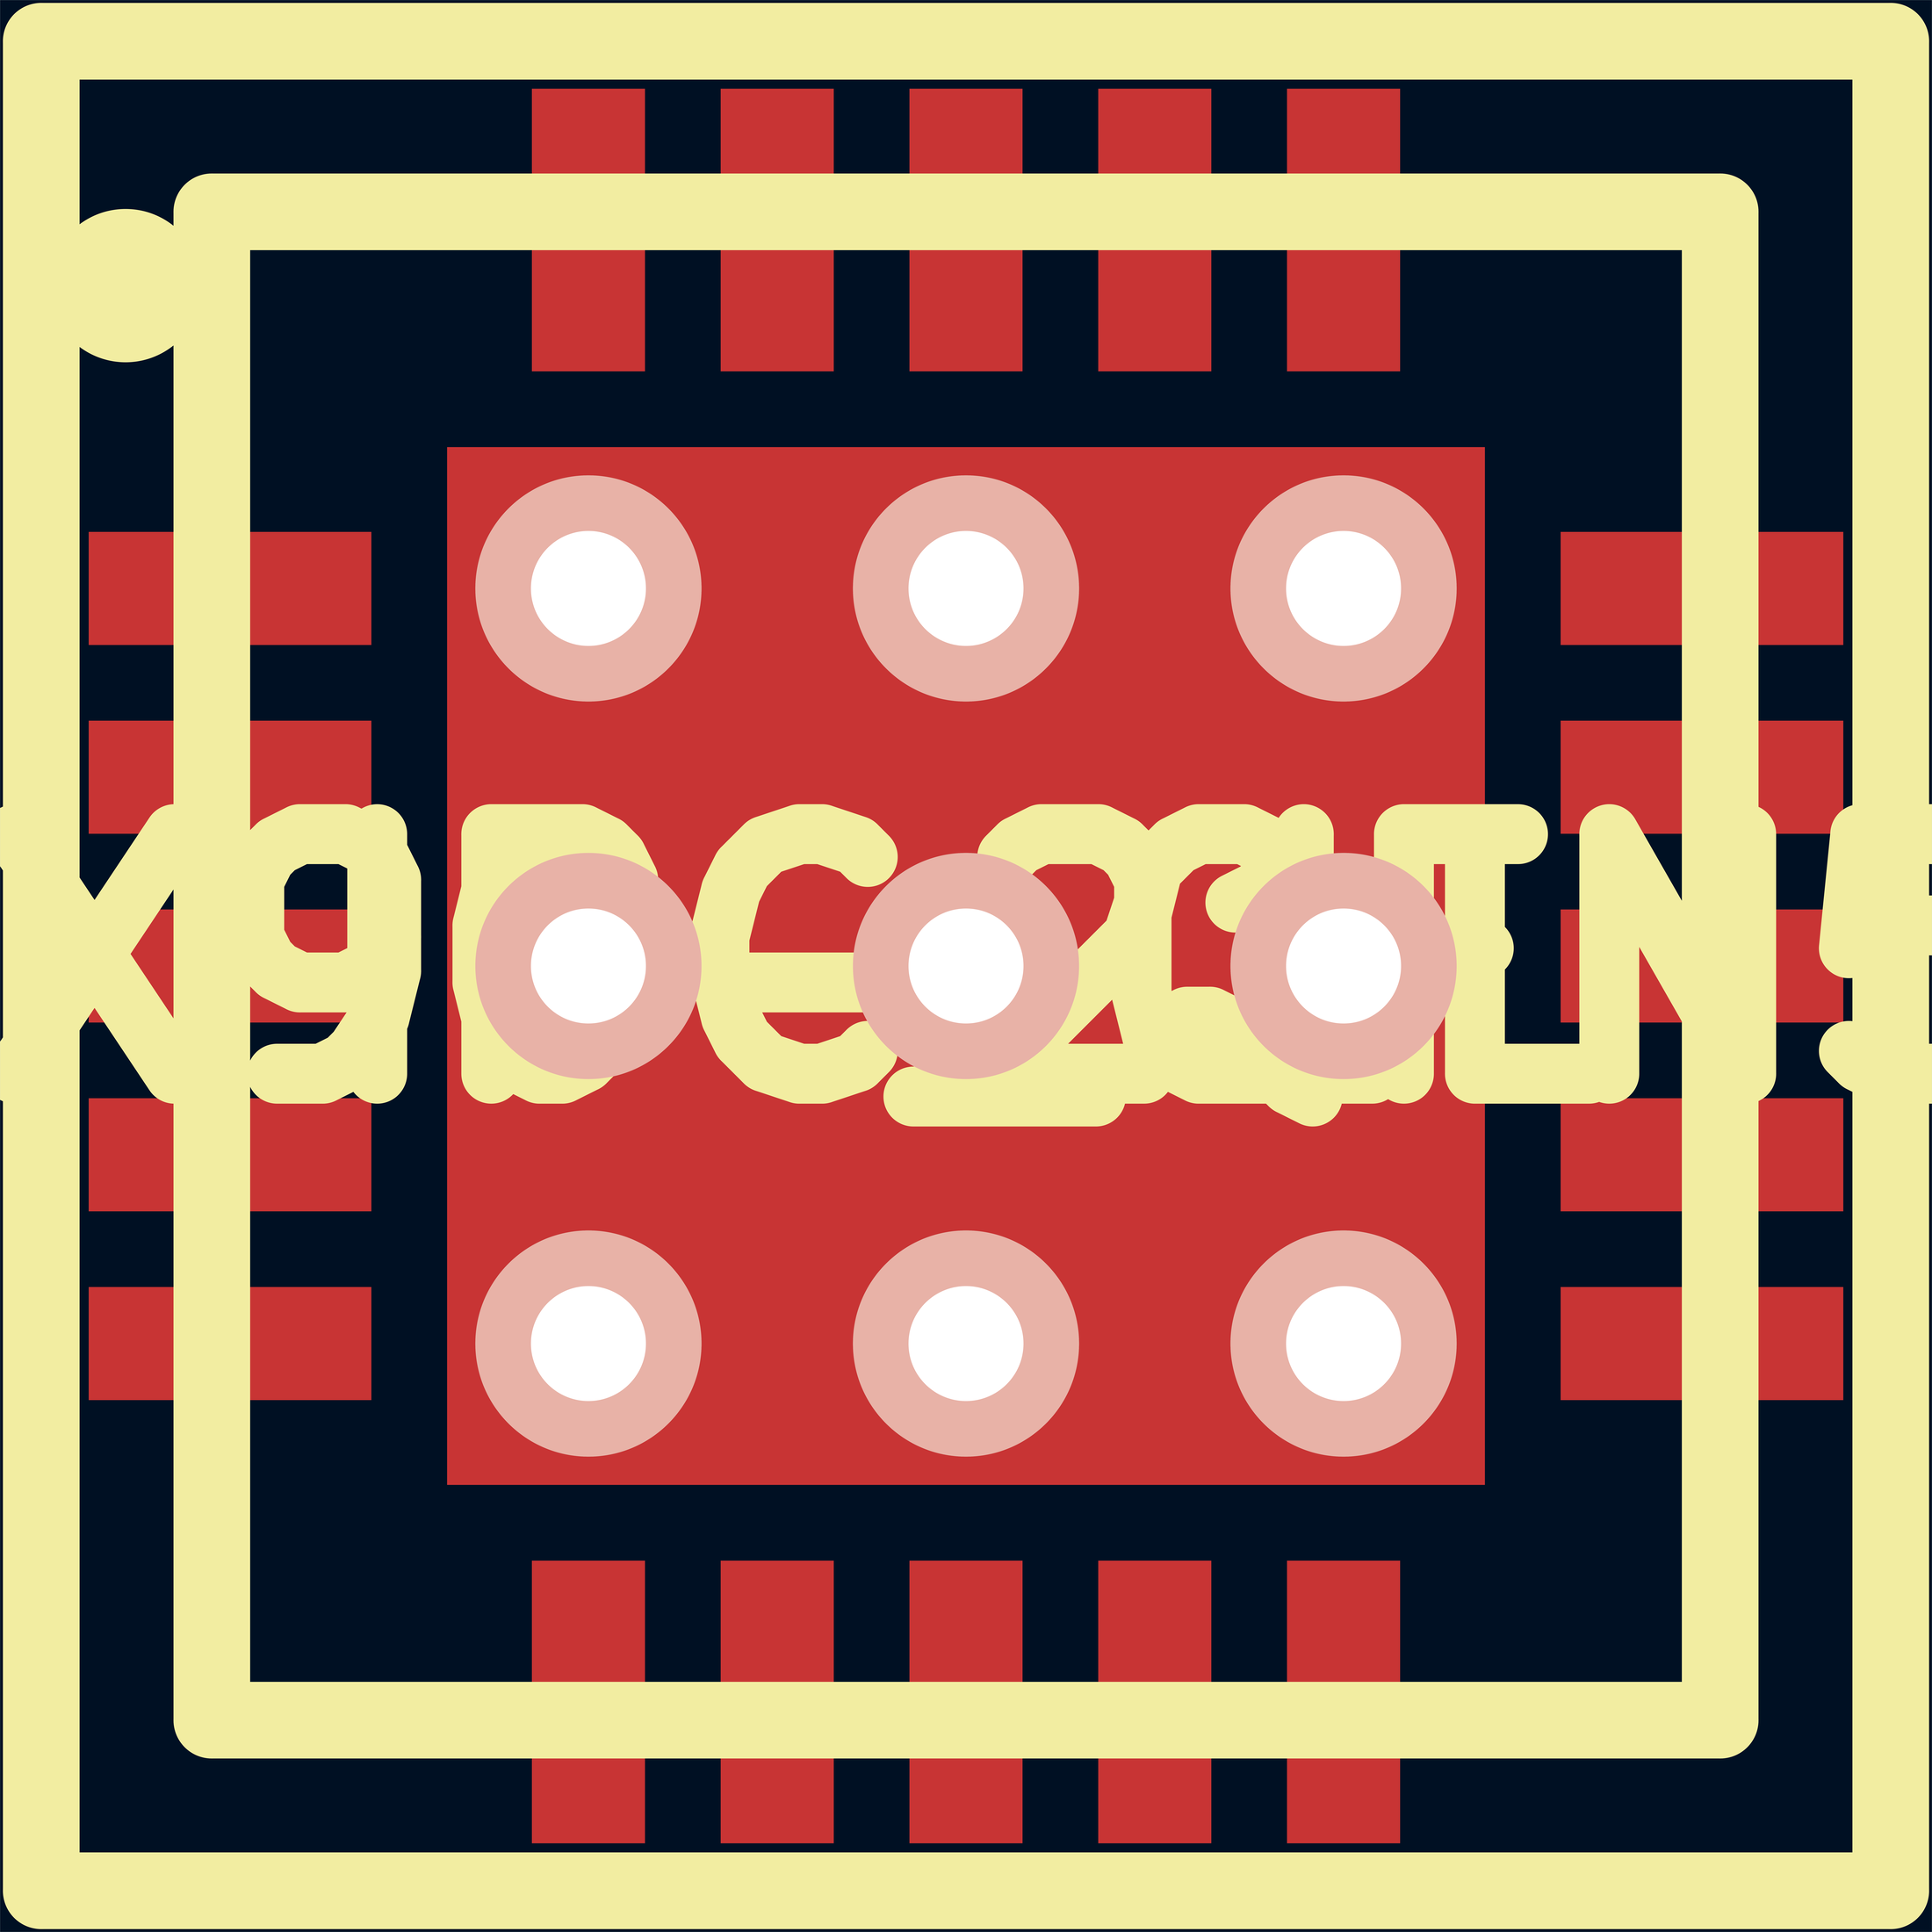
<source format=kicad_pcb>
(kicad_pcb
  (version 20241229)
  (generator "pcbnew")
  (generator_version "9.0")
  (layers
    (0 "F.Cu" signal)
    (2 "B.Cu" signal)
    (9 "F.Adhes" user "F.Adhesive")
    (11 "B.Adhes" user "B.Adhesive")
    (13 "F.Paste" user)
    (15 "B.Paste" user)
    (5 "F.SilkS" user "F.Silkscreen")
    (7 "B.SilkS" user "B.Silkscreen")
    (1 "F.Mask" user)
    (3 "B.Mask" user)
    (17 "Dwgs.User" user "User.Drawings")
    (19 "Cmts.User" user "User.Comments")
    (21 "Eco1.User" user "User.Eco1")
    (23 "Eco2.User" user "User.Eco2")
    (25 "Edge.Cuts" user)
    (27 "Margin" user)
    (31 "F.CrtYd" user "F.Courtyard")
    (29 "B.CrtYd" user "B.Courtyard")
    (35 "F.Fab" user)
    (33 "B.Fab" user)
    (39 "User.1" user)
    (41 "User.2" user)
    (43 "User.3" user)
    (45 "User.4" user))
  (footprint "IPC_QFN50P400X400X90-21L"
    (layer "F.Cu")
    (at 1005 1005)
    (property "Reference" "IPC_QFN50P400X400X90-21L" (at 0 0 0) (layer "F.SilkS") (effects (font (size 250 250) (thickness 120))))
    (attr through_hole)
    (fp_line (start -965 -965) (end 965 -965) (stroke (width 80) (type solid)) (layer "F.SilkS"))
    (fp_line (start -965 965) (end -965 -965) (stroke (width 80) (type solid)) (layer "F.SilkS"))
    (fp_line (start -787 -787) (end 787 -787) (stroke (width 80) (type solid)) (layer "F.SilkS"))
    (fp_line (start -787 787) (end -787 -787) (stroke (width 80) (type solid)) (layer "F.SilkS"))
    (fp_line (start 787 -787) (end 787 787) (stroke (width 80) (type solid)) (layer "F.SilkS"))
    (fp_line (start 787 787) (end -787 787) (stroke (width 80) (type solid)) (layer "F.SilkS"))
    (fp_line (start 965 -965) (end 965 965) (stroke (width 80) (type solid)) (layer "F.SilkS"))
    (fp_line (start 965 965) (end -965 965) (stroke (width 80) (type solid)) (layer "F.SilkS"))
    (fp_circle (center -877 -710) (end -837 -710) (stroke (width 80) (type solid)) (fill no) (layer "F.SilkS"))
    (pad "1" smd rect (at -768 -394) (size 295 118) (layers "F.Cu" "F.Mask" "F.Paste"))
    (pad "2" smd rect (at -768 -197) (size 295 118) (layers "F.Cu" "F.Mask" "F.Paste"))
    (pad "3" smd rect (at -768 0) (size 295 118) (layers "F.Cu" "F.Mask" "F.Paste"))
    (pad "4" smd rect (at -768 197) (size 295 118) (layers "F.Cu" "F.Mask" "F.Paste"))
    (pad "5" smd rect (at -768 394) (size 295 118) (layers "F.Cu" "F.Mask" "F.Paste"))
    (pad "6" smd rect (at -394 768 90) (size 295 118) (layers "F.Cu" "F.Mask" "F.Paste"))
    (pad "7" smd rect (at -197 768 90) (size 295 118) (layers "F.Cu" "F.Mask" "F.Paste"))
    (pad "8" smd rect (at 0 768 90) (size 295 118) (layers "F.Cu" "F.Mask" "F.Paste"))
    (pad "9" smd rect (at 197 768 90) (size 295 118) (layers "F.Cu" "F.Mask" "F.Paste"))
    (pad "10" smd rect (at 394 768 90) (size 295 118) (layers "F.Cu" "F.Mask" "F.Paste"))
    (pad "11" smd rect (at 768 394 180) (size 295 118) (layers "F.Cu" "F.Mask" "F.Paste"))
    (pad "12" smd rect (at 768 197 180) (size 295 118) (layers "F.Cu" "F.Mask" "F.Paste"))
    (pad "13" smd rect (at 768 0 180) (size 295 118) (layers "F.Cu" "F.Mask" "F.Paste"))
    (pad "14" smd rect (at 768 -197 180) (size 295 118) (layers "F.Cu" "F.Mask" "F.Paste"))
    (pad "15" smd rect (at 768 -394 180) (size 295 118) (layers "F.Cu" "F.Mask" "F.Paste"))
    (pad "16" smd rect (at 394 -768 270) (size 295 118) (layers "F.Cu" "F.Mask" "F.Paste"))
    (pad "17" smd rect (at 197 -768 270) (size 295 118) (layers "F.Cu" "F.Mask" "F.Paste"))
    (pad "18" smd rect (at 0 -768 270) (size 295 118) (layers "F.Cu" "F.Mask" "F.Paste"))
    (pad "19" smd rect (at -197 -768 270) (size 295 118) (layers "F.Cu" "F.Mask" "F.Paste"))
    (pad "20" smd rect (at -394 -768 270) (size 295 118) (layers "F.Cu" "F.Mask" "F.Paste"))
    (pad "21" thru_hole circle (at -394 -394) (size 236 236) (drill 120) (layers "*.Cu" "*.SilkS" "*.Mask"))
    (pad "21" thru_hole circle (at -394 0) (size 236 236) (drill 120) (layers "*.Cu" "*.SilkS" "*.Mask"))
    (pad "21" thru_hole circle (at -394 394) (size 236 236) (drill 120) (layers "*.Cu" "*.SilkS" "*.Mask"))
    (pad "21" thru_hole circle (at 0 -394) (size 236 236) (drill 120) (layers "*.Cu" "*.SilkS" "*.Mask"))
    (pad "21" thru_hole circle (at 0 0) (size 236 236) (drill 120) (layers "*.Cu" "*.SilkS" "*.Mask"))
    (pad "21" smd rect (at 0 0) (size 1083 1083) (layers "F.Cu" "F.Mask" "F.Paste"))
    (pad "21" thru_hole circle (at 0 394) (size 236 236) (drill 120) (layers "*.Cu" "*.SilkS" "*.Mask"))
    (pad "21" thru_hole circle (at 394 -394) (size 236 236) (drill 120) (layers "*.Cu" "*.SilkS" "*.Mask"))
    (pad "21" thru_hole circle (at 394 0) (size 236 236) (drill 120) (layers "*.Cu" "*.SilkS" "*.Mask"))
    (pad "21" thru_hole circle (at 394 394) (size 236 236) (drill 120) (layers "*.Cu" "*.SilkS" "*.Mask")))
  (gr_rect
    (start -3 -3)
    (end 2013 2013)
    (stroke (width 0.1) (type default))
    (fill no)
    (layer "Edge.Cuts")))
</source>
